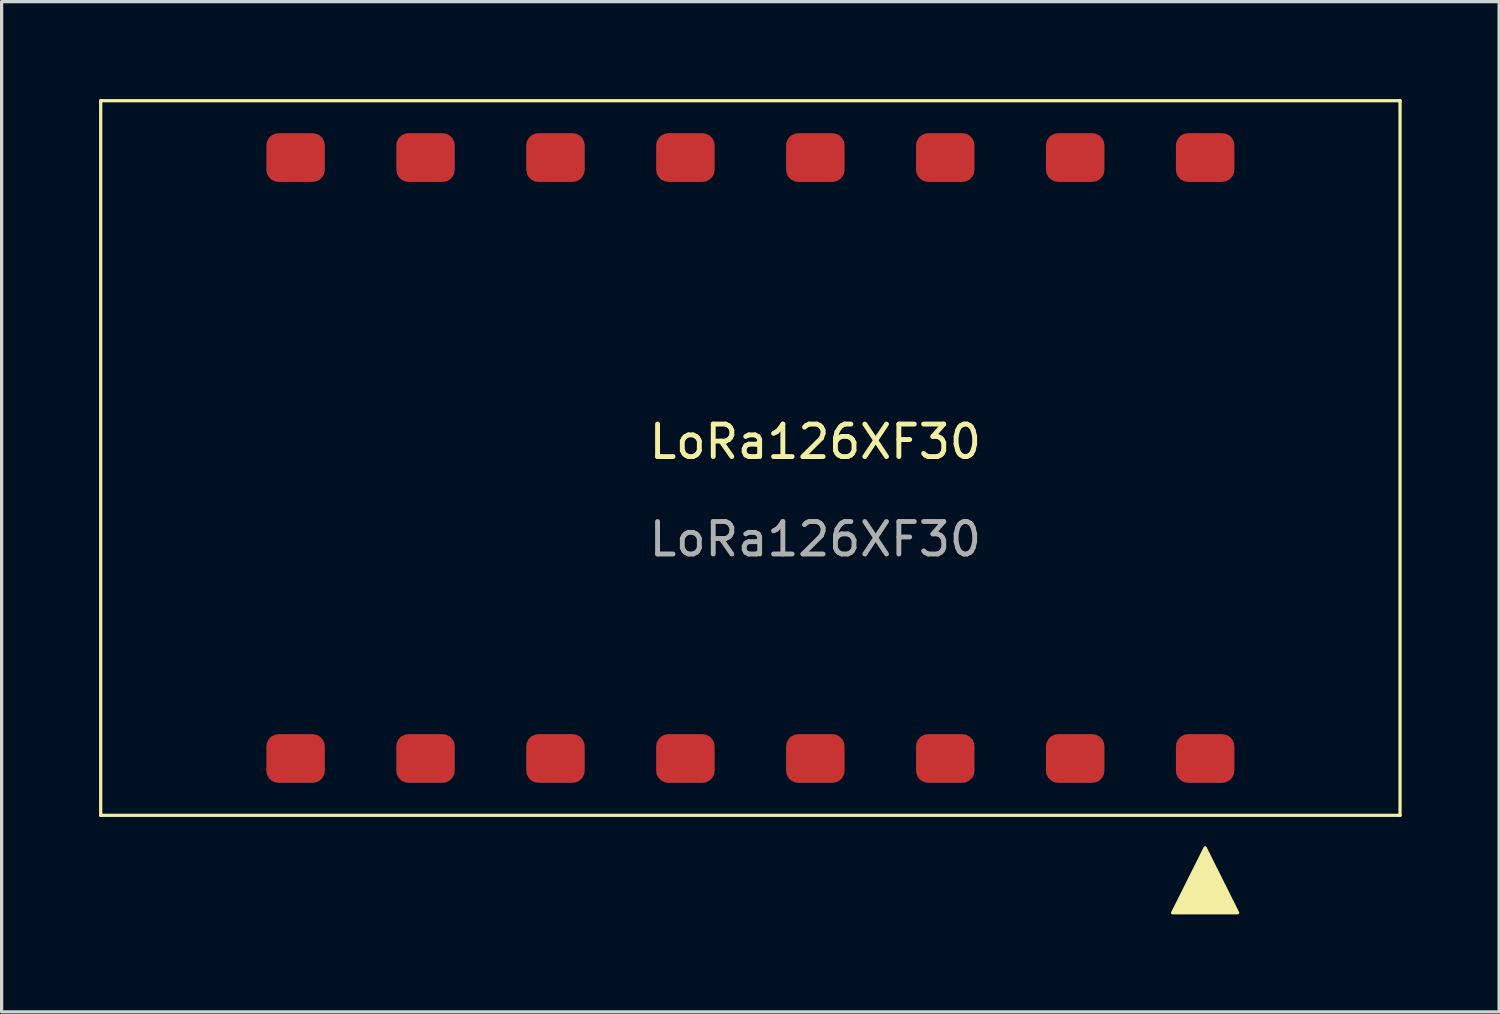
<source format=kicad_pcb>
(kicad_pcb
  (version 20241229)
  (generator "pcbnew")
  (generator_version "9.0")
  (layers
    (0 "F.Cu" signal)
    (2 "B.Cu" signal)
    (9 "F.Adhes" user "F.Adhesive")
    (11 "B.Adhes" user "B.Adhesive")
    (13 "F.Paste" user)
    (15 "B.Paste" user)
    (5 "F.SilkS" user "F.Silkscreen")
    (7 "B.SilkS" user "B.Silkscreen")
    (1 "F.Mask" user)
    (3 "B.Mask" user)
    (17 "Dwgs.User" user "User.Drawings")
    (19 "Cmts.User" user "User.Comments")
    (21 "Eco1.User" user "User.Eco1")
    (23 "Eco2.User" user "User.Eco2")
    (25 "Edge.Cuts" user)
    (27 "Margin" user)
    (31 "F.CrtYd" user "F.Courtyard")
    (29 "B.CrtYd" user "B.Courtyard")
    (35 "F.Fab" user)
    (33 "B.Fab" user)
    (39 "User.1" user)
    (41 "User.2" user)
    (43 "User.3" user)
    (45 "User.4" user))
  (footprint "LoRa126XF30"
    (layer "F.Cu")
    (at 20.05 11.05)
    (property "Reference" "LoRa126XF30" (at 2 -0.5 0) (unlocked yes) (layer "F.SilkS") (effects (font (size 1 1) (thickness 0.15))))
    (attr smd)
    (fp_line (start -20 -11) (end 20 -11) (stroke (width 0.1) (type default)) (layer "F.SilkS"))
    (fp_line (start -20 11) (end -20 -11) (stroke (width 0.1) (type default)) (layer "F.SilkS"))
    (fp_line (start 20 -11) (end 20 11) (stroke (width 0.1) (type default)) (layer "F.SilkS"))
    (fp_line (start 20 11) (end -20 11) (stroke (width 0.1) (type default)) (layer "F.SilkS"))
    (fp_poly (pts (xy 14 12) (xy 13 14) (xy 15 14)) (stroke (width 0.1) (type solid)) (fill yes) (layer "F.SilkS"))
    (fp_text user "${REFERENCE}" (at 2 2.5 0) (unlocked yes) (layer "F.Fab") (effects (font (size 1 1) (thickness 0.15))))
    (pad "1" smd roundrect (at 14 9.25) (size 1.8 1.5) (layers "F.Cu" "F.Mask" "F.Paste") (roundrect_rratio 0.25))
    (pad "2" smd roundrect (at 10 9.25) (size 1.8 1.5) (layers "F.Cu" "F.Mask" "F.Paste") (roundrect_rratio 0.25))
    (pad "3" smd roundrect (at 6 9.25) (size 1.8 1.5) (layers "F.Cu" "F.Mask" "F.Paste") (roundrect_rratio 0.25))
    (pad "4" smd roundrect (at 2 9.25) (size 1.8 1.5) (layers "F.Cu" "F.Mask" "F.Paste") (roundrect_rratio 0.25))
    (pad "5" smd roundrect (at -2 9.25) (size 1.8 1.5) (layers "F.Cu" "F.Mask" "F.Paste") (roundrect_rratio 0.25))
    (pad "6" smd roundrect (at -6 9.25) (size 1.8 1.5) (layers "F.Cu" "F.Mask" "F.Paste") (roundrect_rratio 0.25))
    (pad "7" smd roundrect (at -10 9.25) (size 1.8 1.5) (layers "F.Cu" "F.Mask" "F.Paste") (roundrect_rratio 0.25))
    (pad "8" smd roundrect (at -14 9.25) (size 1.8 1.5) (layers "F.Cu" "F.Mask" "F.Paste") (roundrect_rratio 0.25))
    (pad "9" smd roundrect (at -14 -9.25) (size 1.8 1.5) (layers "F.Cu" "F.Mask" "F.Paste") (roundrect_rratio 0.25))
    (pad "10" smd roundrect (at -10 -9.25) (size 1.8 1.5) (layers "F.Cu" "F.Mask" "F.Paste") (roundrect_rratio 0.25))
    (pad "11" smd roundrect (at -6 -9.25) (size 1.8 1.5) (layers "F.Cu" "F.Mask" "F.Paste") (roundrect_rratio 0.25))
    (pad "12" smd roundrect (at -2 -9.25) (size 1.8 1.5) (layers "F.Cu" "F.Mask" "F.Paste") (roundrect_rratio 0.25))
    (pad "13" smd roundrect (at 2 -9.25) (size 1.8 1.5) (layers "F.Cu" "F.Mask" "F.Paste") (roundrect_rratio 0.25))
    (pad "14" smd roundrect (at 6 -9.25) (size 1.8 1.5) (layers "F.Cu" "F.Mask" "F.Paste") (roundrect_rratio 0.25))
    (pad "15" smd roundrect (at 10 -9.25) (size 1.8 1.5) (layers "F.Cu" "F.Mask" "F.Paste") (roundrect_rratio 0.25))
    (pad "16" smd roundrect (at 14 -9.25) (size 1.8 1.5) (layers "F.Cu" "F.Mask" "F.Paste") (roundrect_rratio 0.25)))
  (gr_rect
    (start -3 -3)
    (end 43.1 28.1)
    (stroke (width 0.1) (type default))
    (fill no)
    (layer "Edge.Cuts")))
</source>
